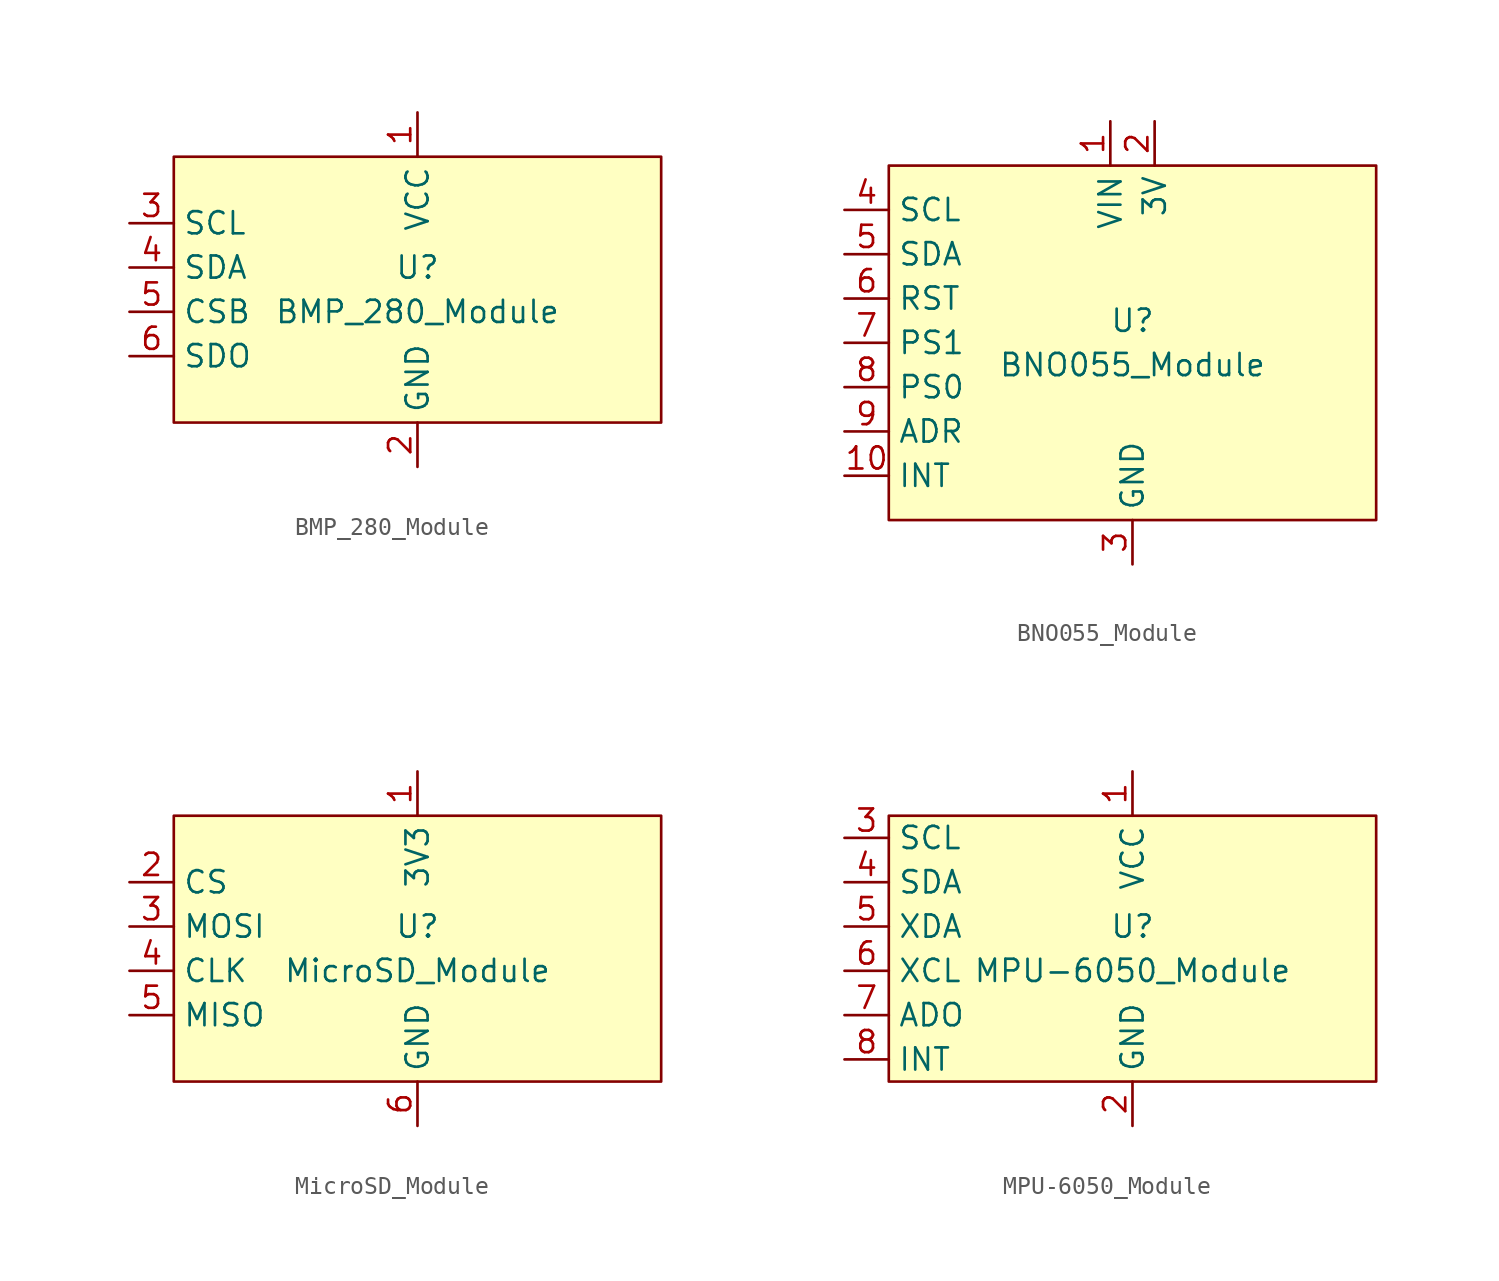
<source format=kicad_sym>
(kicad_symbol_lib
  (version 20211014)
  (generator kicad_symbol_editor)
  (symbol "BMP_280_Module"
    (property "Reference" "U"
      (at 0 1.27 0)
      (effects (font (size 1.27 1.27))))
    (property "Value" "BMP_280_Module"
      (at 0 -1.27 0)
      (effects (font (size 1.27 1.27))))
    (symbol "BMP_280_Module_0_1"
      (rectangle (start -13.97 7.62) (end 13.97 -7.62) (stroke (width 0) (type default) (color 0 0 0 0)) (fill (type background))))
    (symbol "BMP_280_Module_1_1"
      (pin power_in line (at 0 10.16 270) (length 2.54) (name "VCC" (effects (font (size 1.27 1.27)))) (number "1" (effects (font (size 1.27 1.27)))))
      (pin power_in line (at 0 -10.16 90) (length 2.54) (name "GND" (effects (font (size 1.27 1.27)))) (number "2" (effects (font (size 1.27 1.27)))))
      (pin bidirectional line (at -16.51 3.81 0) (length 2.54) (name "SCL" (effects (font (size 1.27 1.27)))) (number "3" (effects (font (size 1.27 1.27)))))
      (pin bidirectional line (at -16.51 1.27 0) (length 2.54) (name "SDA" (effects (font (size 1.27 1.27)))) (number "4" (effects (font (size 1.27 1.27)))))
      (pin bidirectional line (at -16.51 -1.27 0) (length 2.54) (name "CSB" (effects (font (size 1.27 1.27)))) (number "5" (effects (font (size 1.27 1.27)))))
      (pin bidirectional line (at -16.51 -3.81 0) (length 2.54) (name "SDO" (effects (font (size 1.27 1.27)))) (number "6" (effects (font (size 1.27 1.27)))))))
  (symbol "BNO055_Module"
    (property "Reference" "U"
      (at 0 1.27 0)
      (effects (font (size 1.27 1.27))))
    (property "Value" "BNO055_Module"
      (at 0 -1.27 0)
      (effects (font (size 1.27 1.27))))
    (symbol "BNO055_Module_0_1"
      (rectangle (start -13.97 10.16) (end 13.97 -10.16) (stroke (width 0) (type default) (color 0 0 0 0)) (fill (type background))))
    (symbol "BNO055_Module_1_1"
      (pin power_in line (at -1.27 12.7 270) (length 2.54) (name "VIN" (effects (font (size 1.27 1.27)))) (number "1" (effects (font (size 1.27 1.27)))))
      (pin bidirectional line (at -16.51 -7.62 0) (length 2.54) (name "INT" (effects (font (size 1.27 1.27)))) (number "10" (effects (font (size 1.27 1.27)))))
      (pin power_in line (at 1.27 12.7 270) (length 2.54) (name "3V" (effects (font (size 1.27 1.27)))) (number "2" (effects (font (size 1.27 1.27)))))
      (pin power_in line (at 0 -12.7 90) (length 2.54) (name "GND" (effects (font (size 1.27 1.27)))) (number "3" (effects (font (size 1.27 1.27)))))
      (pin bidirectional line (at -16.51 7.62 0) (length 2.54) (name "SCL" (effects (font (size 1.27 1.27)))) (number "4" (effects (font (size 1.27 1.27)))))
      (pin bidirectional line (at -16.51 5.08 0) (length 2.54) (name "SDA" (effects (font (size 1.27 1.27)))) (number "5" (effects (font (size 1.27 1.27)))))
      (pin bidirectional line (at -16.51 2.54 0) (length 2.54) (name "RST" (effects (font (size 1.27 1.27)))) (number "6" (effects (font (size 1.27 1.27)))))
      (pin bidirectional line (at -16.51 0 0) (length 2.54) (name "PS1" (effects (font (size 1.27 1.27)))) (number "7" (effects (font (size 1.27 1.27)))))
      (pin bidirectional line (at -16.51 -2.54 0) (length 2.54) (name "PS0" (effects (font (size 1.27 1.27)))) (number "8" (effects (font (size 1.27 1.27)))))
      (pin bidirectional line (at -16.51 -5.08 0) (length 2.54) (name "ADR" (effects (font (size 1.27 1.27)))) (number "9" (effects (font (size 1.27 1.27)))))))
  (symbol "MicroSD_Module"
    (property "Reference" "U"
      (at 0 1.27 0)
      (effects (font (size 1.27 1.27))))
    (property "Value" "MicroSD_Module"
      (at 0 -1.27 0)
      (effects (font (size 1.27 1.27))))
    (symbol "MicroSD_Module_0_1"
      (rectangle (start -13.97 7.62) (end 13.97 -7.62) (stroke (width 0) (type default) (color 0 0 0 0)) (fill (type background))))
    (symbol "MicroSD_Module_1_1"
      (pin power_in line (at 0 10.16 270) (length 2.54) (name "3V3" (effects (font (size 1.27 1.27)))) (number "1" (effects (font (size 1.27 1.27)))))
      (pin bidirectional line (at -16.51 3.81 0) (length 2.54) (name "CS" (effects (font (size 1.27 1.27)))) (number "2" (effects (font (size 1.27 1.27)))))
      (pin bidirectional line (at -16.51 1.27 0) (length 2.54) (name "MOSI" (effects (font (size 1.27 1.27)))) (number "3" (effects (font (size 1.27 1.27)))))
      (pin bidirectional line (at -16.51 -1.27 0) (length 2.54) (name "CLK" (effects (font (size 1.27 1.27)))) (number "4" (effects (font (size 1.27 1.27)))))
      (pin bidirectional line (at -16.51 -3.81 0) (length 2.54) (name "MISO" (effects (font (size 1.27 1.27)))) (number "5" (effects (font (size 1.27 1.27)))))
      (pin power_in line (at 0 -10.16 90) (length 2.54) (name "GND" (effects (font (size 1.27 1.27)))) (number "6" (effects (font (size 1.27 1.27)))))))
  (symbol "MPU-6050_Module"
    (property "Reference" "U"
      (at 0 1.27 0)
      (effects (font (size 1.27 1.27))))
    (property "Value" "MPU-6050_Module"
      (at 0 -1.27 0)
      (effects (font (size 1.27 1.27))))
    (symbol "MPU-6050_Module_0_1"
      (rectangle (start -13.97 7.62) (end 13.97 -7.62) (stroke (width 0) (type default) (color 0 0 0 0)) (fill (type background))))
    (symbol "MPU-6050_Module_1_1"
      (pin power_in line (at 0 10.16 270) (length 2.54) (name "VCC" (effects (font (size 1.27 1.27)))) (number "1" (effects (font (size 1.27 1.27)))))
      (pin power_in line (at 0 -10.16 90) (length 2.54) (name "GND" (effects (font (size 1.27 1.27)))) (number "2" (effects (font (size 1.27 1.27)))))
      (pin bidirectional line (at -16.51 6.35 0) (length 2.54) (name "SCL" (effects (font (size 1.27 1.27)))) (number "3" (effects (font (size 1.27 1.27)))))
      (pin bidirectional line (at -16.51 3.81 0) (length 2.54) (name "SDA" (effects (font (size 1.27 1.27)))) (number "4" (effects (font (size 1.27 1.27)))))
      (pin bidirectional line (at -16.51 1.27 0) (length 2.54) (name "XDA" (effects (font (size 1.27 1.27)))) (number "5" (effects (font (size 1.27 1.27)))))
      (pin bidirectional line (at -16.51 -1.27 0) (length 2.54) (name "XCL" (effects (font (size 1.27 1.27)))) (number "6" (effects (font (size 1.27 1.27)))))
      (pin bidirectional line (at -16.51 -3.81 0) (length 2.54) (name "ADO" (effects (font (size 1.27 1.27)))) (number "7" (effects (font (size 1.27 1.27)))))
      (pin bidirectional line (at -16.51 -6.35 0) (length 2.54) (name "INT" (effects (font (size 1.27 1.27)))) (number "8" (effects (font (size 1.27 1.27))))))))
</source>
